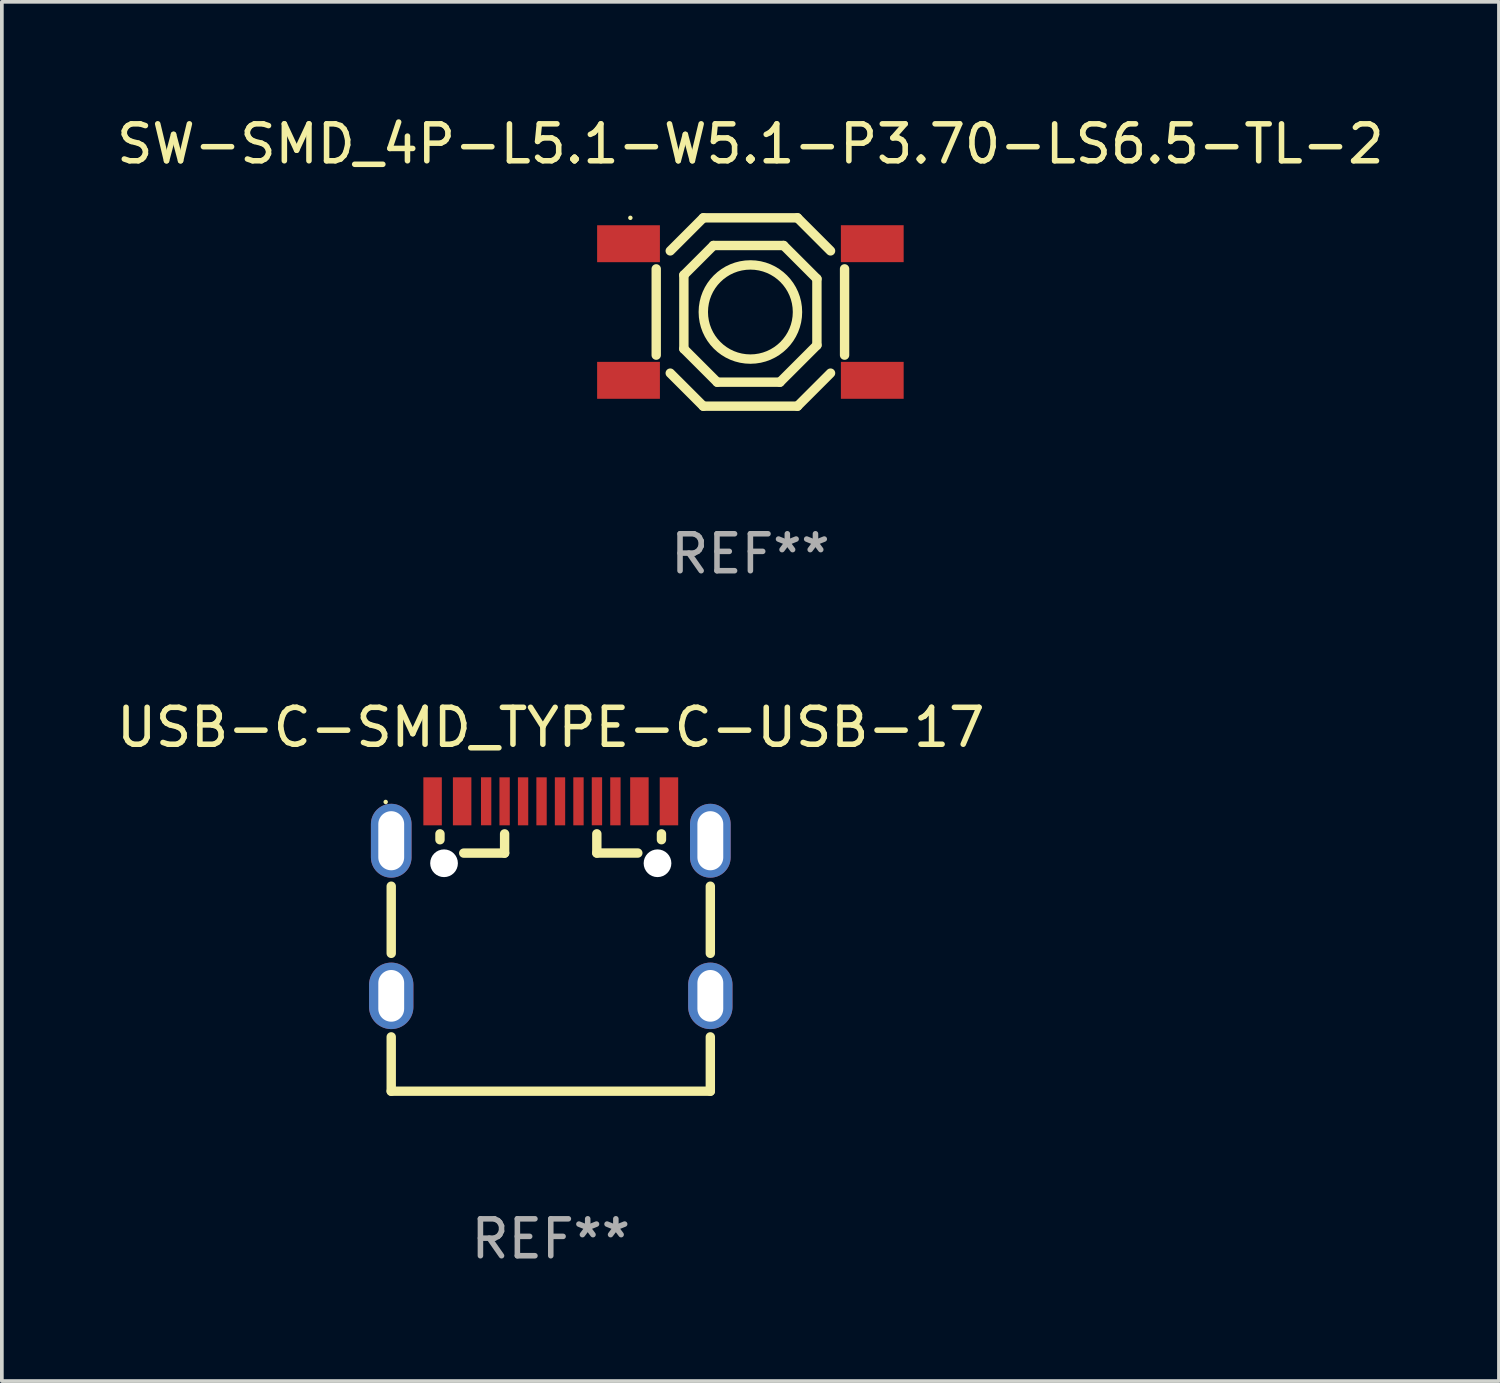
<source format=kicad_pcb>
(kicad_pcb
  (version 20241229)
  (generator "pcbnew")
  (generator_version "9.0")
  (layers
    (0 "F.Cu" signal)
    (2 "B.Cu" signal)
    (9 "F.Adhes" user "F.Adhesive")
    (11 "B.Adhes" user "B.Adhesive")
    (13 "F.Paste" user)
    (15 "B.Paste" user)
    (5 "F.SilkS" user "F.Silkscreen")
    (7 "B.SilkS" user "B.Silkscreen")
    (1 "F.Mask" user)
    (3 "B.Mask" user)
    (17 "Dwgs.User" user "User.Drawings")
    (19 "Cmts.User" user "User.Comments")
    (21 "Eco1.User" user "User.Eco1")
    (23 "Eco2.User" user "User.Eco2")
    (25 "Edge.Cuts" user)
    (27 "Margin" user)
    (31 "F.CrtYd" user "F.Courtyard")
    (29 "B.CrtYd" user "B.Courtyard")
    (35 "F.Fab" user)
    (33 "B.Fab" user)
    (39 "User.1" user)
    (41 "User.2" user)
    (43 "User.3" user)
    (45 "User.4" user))
  (footprint "USB-C-SMD_TYPE-C-USB-17"
    (layer "F.Cu")
    (at 11.863 22.571)
    (property "Reference" "USB-C-SMD_TYPE-C-USB-17" (at 0 -5.925 0) (layer "F.SilkS") (effects (font (size 1 1) (thickness 0.15))))
    (attr through_hole)
    (fp_line (start -4.32 0.192) (end -4.32 -1.626) (stroke (width 0.254) (type solid)) (layer "F.SilkS"))
    (fp_line (start -4.32 3.925) (end -4.32 2.454) (stroke (width 0.254) (type solid)) (layer "F.SilkS"))
    (fp_line (start -3 -2.884) (end -3 -3.043) (stroke (width 0.254) (type solid)) (layer "F.SilkS"))
    (fp_line (start -2.357 -2.522) (end -1.25 -2.522) (stroke (width 0.254) (type solid)) (layer "F.SilkS"))
    (fp_line (start -1.25 -2.522) (end -1.25 -3.043) (stroke (width 0.254) (type solid)) (layer "F.SilkS"))
    (fp_line (start 1.247 -2.524) (end 1.247 -3.044) (stroke (width 0.254) (type solid)) (layer "F.SilkS"))
    (fp_line (start 1.247 -2.524) (end 2.357 -2.524) (stroke (width 0.254) (type solid)) (layer "F.SilkS"))
    (fp_line (start 2.997 -2.885) (end 2.997 -3.043) (stroke (width 0.254) (type solid)) (layer "F.SilkS"))
    (fp_line (start 4.32 0.192) (end 4.32 -1.626) (stroke (width 0.254) (type solid)) (layer "F.SilkS"))
    (fp_line (start 4.32 3.925) (end -4.32 3.925) (stroke (width 0.254) (type solid)) (layer "F.SilkS"))
    (fp_line (start 4.32 3.925) (end 4.32 2.454) (stroke (width 0.254) (type solid)) (layer "F.SilkS"))
    (fp_circle (center -4.47 -3.907) (end -4.44 -3.907) (stroke (width 0.06) (type solid)) (fill no) (layer "F.SilkS"))
    (fp_text user "REF**" (at 0 7.925 0) (layer "F.Fab") (effects (font (size 1 1) (thickness 0.15))))
    (pad "" np_thru_hole circle (at -2.89 -2.247) (size 0.75 0.75) (drill 0.75) (layers "*.Cu" "*.Mask"))
    (pad "" np_thru_hole circle (at 2.89 -2.247) (size 0.75 0.75) (drill 0.75) (layers "*.Cu" "*.Mask"))
    (pad "0" thru_hole oval (at -4.32 -2.857) (size 1.1 2) (drill oval 0.7 1.6) (layers "*.Cu" "*.Mask"))
    (pad "0" thru_hole oval (at -4.32 1.343) (size 1.2 1.8) (drill oval 0.7 1.4) (layers "*.Cu" "*.Mask"))
    (pad "0" thru_hole oval (at 4.32 -2.857) (size 1.1 2) (drill oval 0.7 1.6) (layers "*.Cu" "*.Mask"))
    (pad "0" thru_hole oval (at 4.32 1.343) (size 1.2 1.8) (drill oval 0.7 1.4) (layers "*.Cu" "*.Mask"))
    (pad "A1" smd rect (at -3.2 -3.924) (size 0.5 1.3) (layers "F.Cu" "F.Mask" "F.Paste"))
    (pad "A4" smd rect (at -2.4 -3.924) (size 0.5 1.3) (layers "F.Cu" "F.Mask" "F.Paste"))
    (pad "A5" smd rect (at -1.25 -3.924) (size 0.28 1.3) (layers "F.Cu" "F.Mask" "F.Paste"))
    (pad "A6" smd rect (at -0.25 -3.924) (size 0.28 1.3) (layers "F.Cu" "F.Mask" "F.Paste"))
    (pad "A7" smd rect (at 0.25 -3.924) (size 0.28 1.3) (layers "F.Cu" "F.Mask" "F.Paste"))
    (pad "A8" smd rect (at 1.25 -3.925) (size 0.28 1.3) (layers "F.Cu" "F.Mask" "F.Paste"))
    (pad "A9" smd rect (at 2.4 -3.925) (size 0.5 1.3) (layers "F.Cu" "F.Mask" "F.Paste"))
    (pad "A12" smd rect (at 3.2 -3.924) (size 0.5 1.3) (layers "F.Cu" "F.Mask" "F.Paste"))
    (pad "B5" smd rect (at 1.75 -3.924) (size 0.28 1.3) (layers "F.Cu" "F.Mask" "F.Paste"))
    (pad "B6" smd rect (at 0.75 -3.924) (size 0.28 1.3) (layers "F.Cu" "F.Mask" "F.Paste"))
    (pad "B7" smd rect (at -0.75 -3.924) (size 0.28 1.3) (layers "F.Cu" "F.Mask" "F.Paste"))
    (pad "B8" smd rect (at -1.75 -3.925) (size 0.28 1.3) (layers "F.Cu" "F.Mask" "F.Paste")))
  (footprint "SW-SMD_4P-L5.1-W5.1-P3.70-LS6.5-TL-2"
    (layer "F.Cu")
    (at 17.268 5.398)
    (property "Reference" "SW-SMD_4P-L5.1-W5.1-P3.70-LS6.5-TL-2" (at 0 -4.55 0) (layer "F.SilkS") (effects (font (size 1 1) (thickness 0.15))))
    (attr through_hole)
    (fp_line (start -2.55 -1.168) (end -2.55 1.168) (stroke (width 0.254) (type solid)) (layer "F.SilkS"))
    (fp_line (start -2.17 1.655) (end -1.275 2.55) (stroke (width 0.254) (type solid)) (layer "F.SilkS"))
    (fp_line (start -1.801 -1.001) (end -1.001 -1.801) (stroke (width 0.254) (type solid)) (layer "F.SilkS"))
    (fp_line (start -1.801 0.998) (end -1.801 -1.001) (stroke (width 0.254) (type solid)) (layer "F.SilkS"))
    (fp_line (start -1.275 -2.55) (end -2.17 -1.655) (stroke (width 0.254) (type solid)) (layer "F.SilkS"))
    (fp_line (start -1.275 -2.55) (end 1.275 -2.55) (stroke (width 0.254) (type solid)) (layer "F.SilkS"))
    (fp_line (start -1.275 2.55) (end 1.275 2.55) (stroke (width 0.254) (type solid)) (layer "F.SilkS"))
    (fp_line (start -1.001 -1.801) (end 0.899 -1.801) (stroke (width 0.254) (type solid)) (layer "F.SilkS"))
    (fp_line (start -0.899 1.9) (end -1.801 0.998) (stroke (width 0.254) (type solid)) (layer "F.SilkS"))
    (fp_line (start 0.8 1.9) (end -0.899 1.9) (stroke (width 0.254) (type solid)) (layer "F.SilkS"))
    (fp_line (start 0.899 -1.801) (end 1.801 -0.899) (stroke (width 0.254) (type solid)) (layer "F.SilkS"))
    (fp_line (start 1.275 -2.55) (end 2.17 -1.655) (stroke (width 0.254) (type solid)) (layer "F.SilkS"))
    (fp_line (start 1.801 -0.899) (end 1.801 0.899) (stroke (width 0.254) (type solid)) (layer "F.SilkS"))
    (fp_line (start 1.801 0.899) (end 0.8 1.9) (stroke (width 0.254) (type solid)) (layer "F.SilkS"))
    (fp_line (start 2.17 1.655) (end 1.275 2.55) (stroke (width 0.254) (type solid)) (layer "F.SilkS"))
    (fp_line (start 2.55 -1.168) (end 2.55 1.168) (stroke (width 0.254) (type solid)) (layer "F.SilkS"))
    (fp_circle (center -3.25 -2.55) (end -3.22 -2.55) (stroke (width 0.06) (type solid)) (fill no) (layer "F.SilkS"))
    (fp_circle (center 0 0) (end 1.275 0) (stroke (width 0.254) (type solid)) (fill no) (layer "F.SilkS"))
    (fp_text user "REF**" (at 0 6.55 0) (layer "F.Fab") (effects (font (size 1 1) (thickness 0.15))))
    (pad "1" smd rect (at -3.3 -1.849) (size 1.7 1) (layers "F.Cu" "F.Mask" "F.Paste"))
    (pad "2" smd rect (at 3.3 -1.85) (size 1.7 1) (layers "F.Cu" "F.Mask" "F.Paste"))
    (pad "3" smd rect (at -3.3 1.85) (size 1.7 1) (layers "F.Cu" "F.Mask" "F.Paste"))
    (pad "4" smd rect (at 3.3 1.85) (size 1.7 1) (layers "F.Cu" "F.Mask" "F.Paste")))
  (gr_rect
    (start -3 -3)
    (end 37.536 34.344)
    (stroke (width 0.1) (type default))
    (fill no)
    (layer "Edge.Cuts")))
</source>
